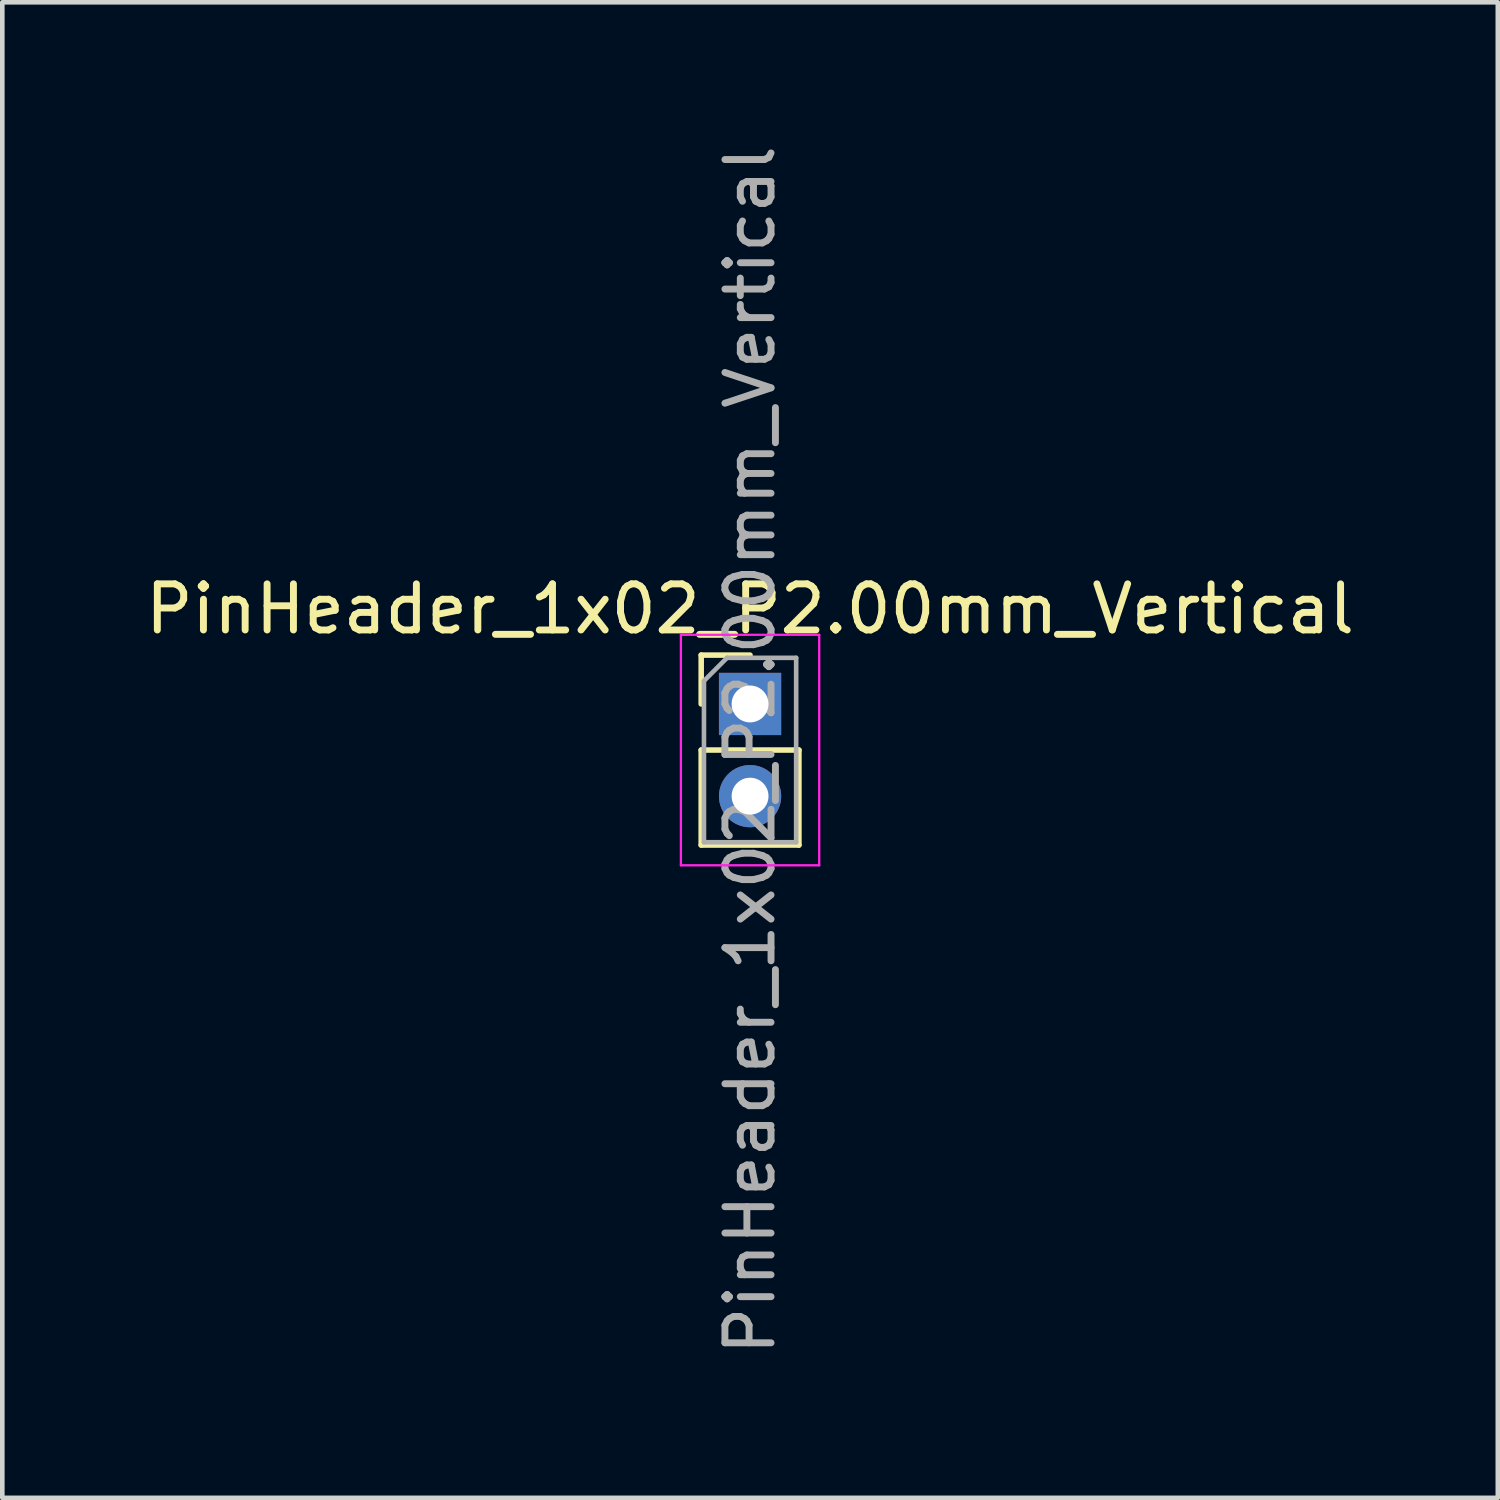
<source format=kicad_pcb>
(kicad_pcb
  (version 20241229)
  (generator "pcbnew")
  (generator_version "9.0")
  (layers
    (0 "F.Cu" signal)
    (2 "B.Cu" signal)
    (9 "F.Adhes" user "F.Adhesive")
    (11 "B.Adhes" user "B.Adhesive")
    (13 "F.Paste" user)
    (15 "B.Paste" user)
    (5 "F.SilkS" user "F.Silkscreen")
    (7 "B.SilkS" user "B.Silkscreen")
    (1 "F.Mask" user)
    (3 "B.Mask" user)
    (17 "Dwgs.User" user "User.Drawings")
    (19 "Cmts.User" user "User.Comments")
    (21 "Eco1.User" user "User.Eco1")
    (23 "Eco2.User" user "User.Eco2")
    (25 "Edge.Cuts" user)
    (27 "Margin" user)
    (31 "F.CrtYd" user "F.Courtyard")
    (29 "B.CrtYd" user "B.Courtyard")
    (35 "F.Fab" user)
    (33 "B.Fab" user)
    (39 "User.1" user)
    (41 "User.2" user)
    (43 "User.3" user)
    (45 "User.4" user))
  (footprint "PinHeader_1x02_P2.00mm_Vertical"
    (layer "F.Cu")
    (at 13.22 12.22)
    (property "Reference" "PinHeader_1x02_P2.00mm_Vertical" (at 0 -2.06 0) (layer "F.SilkS") (effects (font (size 1 1) (thickness 0.15))))
    (attr through_hole)
    (fp_line (start -1.06 -1.06) (end 0 -1.06) (stroke (width 0.12) (type solid)) (layer "F.SilkS"))
    (fp_line (start -1.06 0) (end -1.06 -1.06) (stroke (width 0.12) (type solid)) (layer "F.SilkS"))
    (fp_line (start -1.06 1) (end -1.06 3.06) (stroke (width 0.12) (type solid)) (layer "F.SilkS"))
    (fp_line (start -1.06 1) (end 1.06 1) (stroke (width 0.12) (type solid)) (layer "F.SilkS"))
    (fp_line (start -1.06 3.06) (end 1.06 3.06) (stroke (width 0.12) (type solid)) (layer "F.SilkS"))
    (fp_line (start 1.06 1) (end 1.06 3.06) (stroke (width 0.12) (type solid)) (layer "F.SilkS"))
    (fp_line (start -1.5 -1.5) (end -1.5 3.5) (stroke (width 0.05) (type solid)) (layer "F.CrtYd"))
    (fp_line (start -1.5 3.5) (end 1.5 3.5) (stroke (width 0.05) (type solid)) (layer "F.CrtYd"))
    (fp_line (start 1.5 -1.5) (end -1.5 -1.5) (stroke (width 0.05) (type solid)) (layer "F.CrtYd"))
    (fp_line (start 1.5 3.5) (end 1.5 -1.5) (stroke (width 0.05) (type solid)) (layer "F.CrtYd"))
    (fp_line (start -1 -0.5) (end -0.5 -1) (stroke (width 0.1) (type solid)) (layer "F.Fab"))
    (fp_line (start -1 3) (end -1 -0.5) (stroke (width 0.1) (type solid)) (layer "F.Fab"))
    (fp_line (start -0.5 -1) (end 1 -1) (stroke (width 0.1) (type solid)) (layer "F.Fab"))
    (fp_line (start 1 -1) (end 1 3) (stroke (width 0.1) (type solid)) (layer "F.Fab"))
    (fp_line (start 1 3) (end -1 3) (stroke (width 0.1) (type solid)) (layer "F.Fab"))
    (fp_text user "${REFERENCE}" (at 0 1 90) (layer "F.Fab") (effects (font (size 1 1) (thickness 0.15))))
    (pad "1" thru_hole rect (at 0 0) (size 1.35 1.35) (drill 0.8) (layers "*.Cu" "*.Mask"))
    (pad "2" thru_hole oval (at 0 2) (size 1.35 1.35) (drill 0.8) (layers "*.Cu" "*.Mask")))
  (gr_rect
    (start -3 -3)
    (end 29.44 29.44)
    (stroke (width 0.1) (type default))
    (fill no)
    (layer "Edge.Cuts")))
</source>
